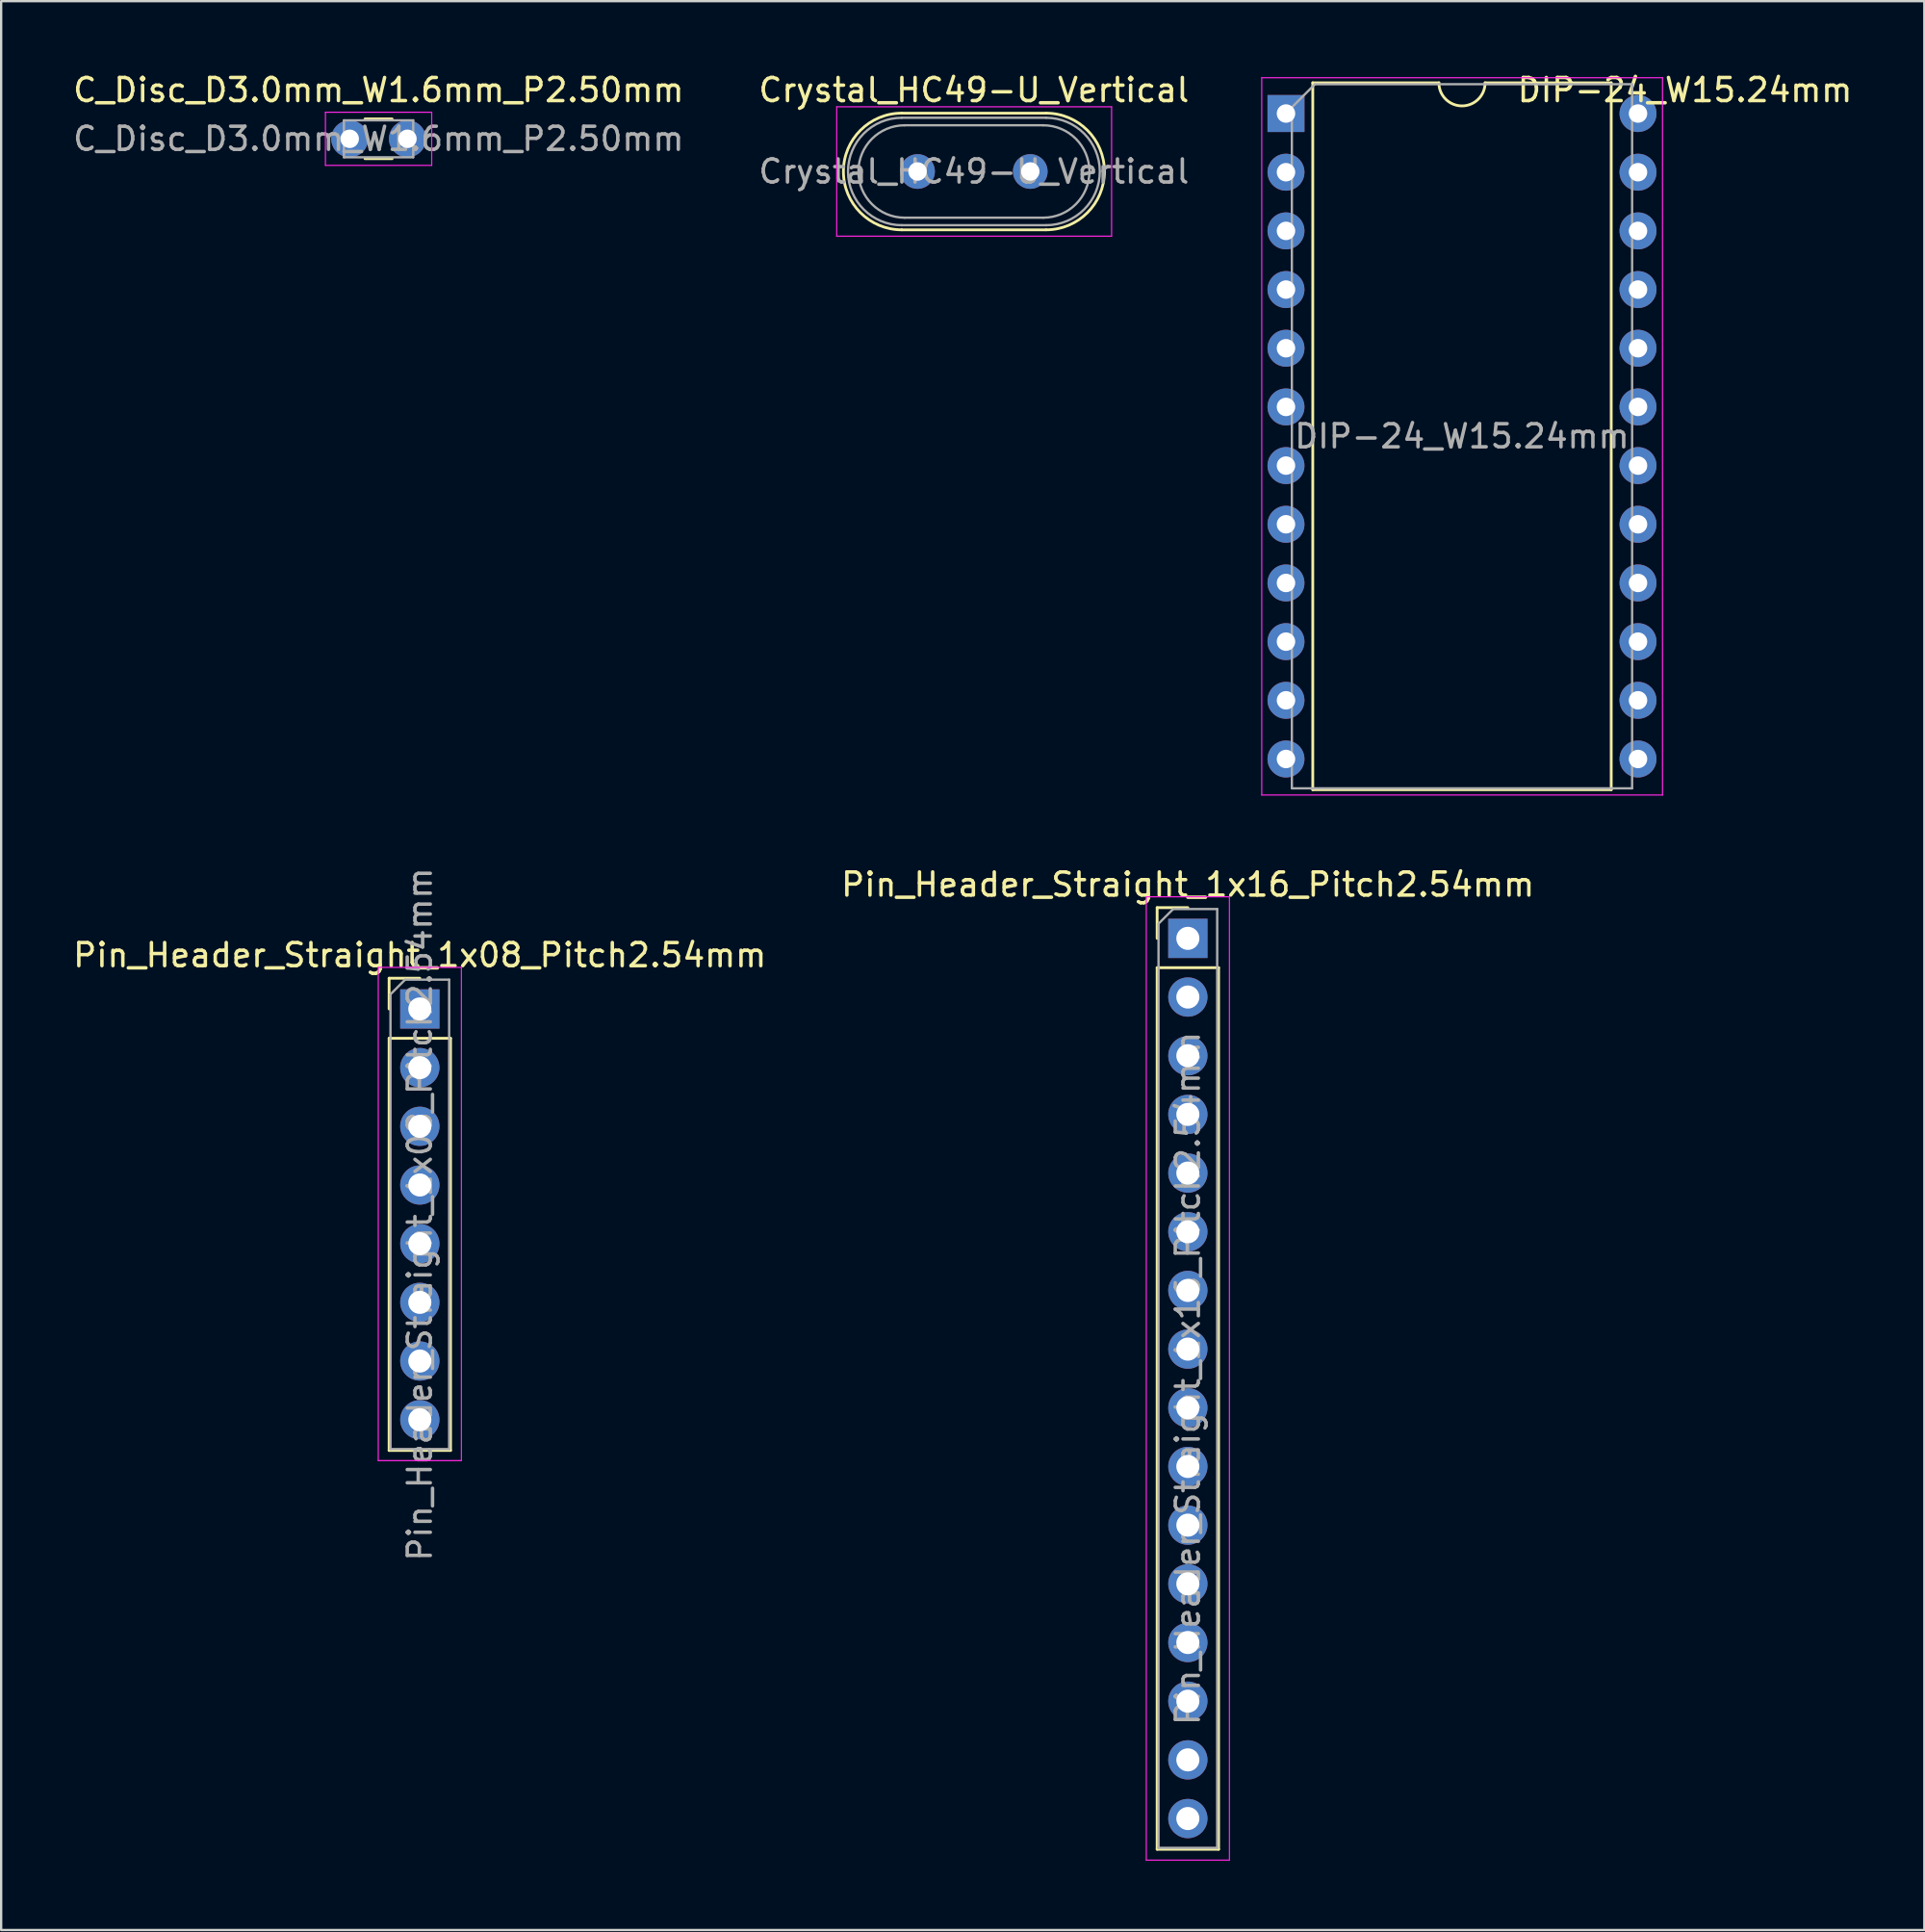
<source format=kicad_pcb>
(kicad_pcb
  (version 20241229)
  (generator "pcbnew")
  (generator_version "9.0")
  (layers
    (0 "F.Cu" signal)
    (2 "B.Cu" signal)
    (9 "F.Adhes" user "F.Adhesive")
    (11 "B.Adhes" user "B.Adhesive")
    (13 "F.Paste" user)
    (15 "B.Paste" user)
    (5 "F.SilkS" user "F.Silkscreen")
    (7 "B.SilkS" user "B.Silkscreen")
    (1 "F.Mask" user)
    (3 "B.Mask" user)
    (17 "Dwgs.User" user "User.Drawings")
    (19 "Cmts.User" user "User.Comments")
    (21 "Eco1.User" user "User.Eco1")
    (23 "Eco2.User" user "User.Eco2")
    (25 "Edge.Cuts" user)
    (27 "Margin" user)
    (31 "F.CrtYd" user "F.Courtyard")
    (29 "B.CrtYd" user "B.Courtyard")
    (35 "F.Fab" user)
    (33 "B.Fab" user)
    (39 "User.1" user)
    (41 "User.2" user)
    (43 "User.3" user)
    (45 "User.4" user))
  (footprint "Crystal_HC49-U_Vertical"
    (layer "F.Cu")
    (at 36.673 4.373)
    (property "Reference" "Crystal_HC49-U_Vertical" (at 2.44 -3.525 0) (layer "F.SilkS") (effects (font (size 1 1) (thickness 0.15))))
    (attr through_hole)
    (fp_line (start -0.685 -2.525) (end 5.565 -2.525) (stroke (width 0.12) (type solid)) (layer "F.SilkS"))
    (fp_line (start -0.685 2.525) (end 5.565 2.525) (stroke (width 0.12) (type solid)) (layer "F.SilkS"))
    (fp_arc (start -0.685 2.525) (mid -3.21 0) (end -0.685 -2.525) (stroke (width 0.12) (type solid)) (layer "F.SilkS"))
    (fp_arc (start 5.565 -2.525) (mid 8.09 0) (end 5.565 2.525) (stroke (width 0.12) (type solid)) (layer "F.SilkS"))
    (fp_line (start -3.5 -2.8) (end -3.5 2.8) (stroke (width 0.05) (type solid)) (layer "F.CrtYd"))
    (fp_line (start -3.5 2.8) (end 8.4 2.8) (stroke (width 0.05) (type solid)) (layer "F.CrtYd"))
    (fp_line (start 8.4 -2.8) (end -3.5 -2.8) (stroke (width 0.05) (type solid)) (layer "F.CrtYd"))
    (fp_line (start 8.4 2.8) (end 8.4 -2.8) (stroke (width 0.05) (type solid)) (layer "F.CrtYd"))
    (fp_line (start -0.685 -2.325) (end 5.565 -2.325) (stroke (width 0.1) (type solid)) (layer "F.Fab"))
    (fp_line (start -0.685 2.325) (end 5.565 2.325) (stroke (width 0.1) (type solid)) (layer "F.Fab"))
    (fp_line (start -0.56 -2) (end 5.44 -2) (stroke (width 0.1) (type solid)) (layer "F.Fab"))
    (fp_line (start -0.56 2) (end 5.44 2) (stroke (width 0.1) (type solid)) (layer "F.Fab"))
    (fp_arc (start -0.685 2.325) (mid -3.01 0) (end -0.685 -2.325) (stroke (width 0.1) (type solid)) (layer "F.Fab"))
    (fp_arc (start -0.56 2) (mid -2.56 0) (end -0.56 -2) (stroke (width 0.1) (type solid)) (layer "F.Fab"))
    (fp_arc (start 5.44 -2) (mid 7.44 0) (end 5.44 2) (stroke (width 0.1) (type solid)) (layer "F.Fab"))
    (fp_arc (start 5.565 -2.325) (mid 7.89 0) (end 5.565 2.325) (stroke (width 0.1) (type solid)) (layer "F.Fab"))
    (fp_text user "${REFERENCE}" (at 2.44 0 0) (layer "F.Fab") (effects (font (size 1 1) (thickness 0.15))))
    (pad "1" thru_hole circle (at 0 0) (size 1.5 1.5) (drill 0.8) (layers "*.Cu" "*.Mask"))
    (pad "2" thru_hole circle (at 4.88 0) (size 1.5 1.5) (drill 0.8) (layers "*.Cu" "*.Mask")))
  (footprint "Pin_Header_Straight_1x08_Pitch2.54mm"
    (layer "F.Cu")
    (at 15.125 40.624)
    (property "Reference" "Pin_Header_Straight_1x08_Pitch2.54mm" (at 0 -2.33 0) (layer "F.SilkS") (effects (font (size 1 1) (thickness 0.15))))
    (attr through_hole)
    (fp_line (start -1.33 -1.33) (end 0 -1.33) (stroke (width 0.12) (type solid)) (layer "F.SilkS"))
    (fp_line (start -1.33 0) (end -1.33 -1.33) (stroke (width 0.12) (type solid)) (layer "F.SilkS"))
    (fp_line (start -1.33 1.27) (end -1.33 19.11) (stroke (width 0.12) (type solid)) (layer "F.SilkS"))
    (fp_line (start -1.33 1.27) (end 1.33 1.27) (stroke (width 0.12) (type solid)) (layer "F.SilkS"))
    (fp_line (start -1.33 19.11) (end 1.33 19.11) (stroke (width 0.12) (type solid)) (layer "F.SilkS"))
    (fp_line (start 1.33 1.27) (end 1.33 19.11) (stroke (width 0.12) (type solid)) (layer "F.SilkS"))
    (fp_line (start -1.8 -1.8) (end -1.8 19.55) (stroke (width 0.05) (type solid)) (layer "F.CrtYd"))
    (fp_line (start -1.8 19.55) (end 1.8 19.55) (stroke (width 0.05) (type solid)) (layer "F.CrtYd"))
    (fp_line (start 1.8 -1.8) (end -1.8 -1.8) (stroke (width 0.05) (type solid)) (layer "F.CrtYd"))
    (fp_line (start 1.8 19.55) (end 1.8 -1.8) (stroke (width 0.05) (type solid)) (layer "F.CrtYd"))
    (fp_line (start -1.27 -0.635) (end -0.635 -1.27) (stroke (width 0.1) (type solid)) (layer "F.Fab"))
    (fp_line (start -1.27 19.05) (end -1.27 -0.635) (stroke (width 0.1) (type solid)) (layer "F.Fab"))
    (fp_line (start -0.635 -1.27) (end 1.27 -1.27) (stroke (width 0.1) (type solid)) (layer "F.Fab"))
    (fp_line (start 1.27 -1.27) (end 1.27 19.05) (stroke (width 0.1) (type solid)) (layer "F.Fab"))
    (fp_line (start 1.27 19.05) (end -1.27 19.05) (stroke (width 0.1) (type solid)) (layer "F.Fab"))
    (fp_text user "${REFERENCE}" (at 0 8.89 90) (layer "F.Fab") (effects (font (size 1 1) (thickness 0.15))))
    (pad "1" thru_hole rect (at 0 0) (size 1.7 1.7) (drill 1) (layers "*.Cu" "*.Mask"))
    (pad "2" thru_hole oval (at 0 2.54) (size 1.7 1.7) (drill 1) (layers "*.Cu" "*.Mask"))
    (pad "3" thru_hole oval (at 0 5.08) (size 1.7 1.7) (drill 1) (layers "*.Cu" "*.Mask"))
    (pad "4" thru_hole oval (at 0 7.62) (size 1.7 1.7) (drill 1) (layers "*.Cu" "*.Mask"))
    (pad "5" thru_hole oval (at 0 10.16) (size 1.7 1.7) (drill 1) (layers "*.Cu" "*.Mask"))
    (pad "6" thru_hole oval (at 0 12.7) (size 1.7 1.7) (drill 1) (layers "*.Cu" "*.Mask"))
    (pad "7" thru_hole oval (at 0 15.24) (size 1.7 1.7) (drill 1) (layers "*.Cu" "*.Mask"))
    (pad "8" thru_hole oval (at 0 17.78) (size 1.7 1.7) (drill 1) (layers "*.Cu" "*.Mask")))
  (footprint "Pin_Header_Straight_1x16_Pitch2.54mm"
    (layer "F.Cu")
    (at 48.375 37.568)
    (property "Reference" "Pin_Header_Straight_1x16_Pitch2.54mm" (at 0 -2.33 0) (layer "F.SilkS") (effects (font (size 1 1) (thickness 0.15))))
    (attr through_hole)
    (fp_line (start -1.33 -1.33) (end 0 -1.33) (stroke (width 0.12) (type solid)) (layer "F.SilkS"))
    (fp_line (start -1.33 0) (end -1.33 -1.33) (stroke (width 0.12) (type solid)) (layer "F.SilkS"))
    (fp_line (start -1.33 1.27) (end -1.33 39.43) (stroke (width 0.12) (type solid)) (layer "F.SilkS"))
    (fp_line (start -1.33 1.27) (end 1.33 1.27) (stroke (width 0.12) (type solid)) (layer "F.SilkS"))
    (fp_line (start -1.33 39.43) (end 1.33 39.43) (stroke (width 0.12) (type solid)) (layer "F.SilkS"))
    (fp_line (start 1.33 1.27) (end 1.33 39.43) (stroke (width 0.12) (type solid)) (layer "F.SilkS"))
    (fp_line (start -1.8 -1.8) (end -1.8 39.9) (stroke (width 0.05) (type solid)) (layer "F.CrtYd"))
    (fp_line (start -1.8 39.9) (end 1.8 39.9) (stroke (width 0.05) (type solid)) (layer "F.CrtYd"))
    (fp_line (start 1.8 -1.8) (end -1.8 -1.8) (stroke (width 0.05) (type solid)) (layer "F.CrtYd"))
    (fp_line (start 1.8 39.9) (end 1.8 -1.8) (stroke (width 0.05) (type solid)) (layer "F.CrtYd"))
    (fp_line (start -1.27 -0.635) (end -0.635 -1.27) (stroke (width 0.1) (type solid)) (layer "F.Fab"))
    (fp_line (start -1.27 39.37) (end -1.27 -0.635) (stroke (width 0.1) (type solid)) (layer "F.Fab"))
    (fp_line (start -0.635 -1.27) (end 1.27 -1.27) (stroke (width 0.1) (type solid)) (layer "F.Fab"))
    (fp_line (start 1.27 -1.27) (end 1.27 39.37) (stroke (width 0.1) (type solid)) (layer "F.Fab"))
    (fp_line (start 1.27 39.37) (end -1.27 39.37) (stroke (width 0.1) (type solid)) (layer "F.Fab"))
    (fp_text user "${REFERENCE}" (at 0 19.05 90) (layer "F.Fab") (effects (font (size 1 1) (thickness 0.15))))
    (pad "1" thru_hole rect (at 0 0) (size 1.7 1.7) (drill 1) (layers "*.Cu" "*.Mask"))
    (pad "2" thru_hole oval (at 0 2.54) (size 1.7 1.7) (drill 1) (layers "*.Cu" "*.Mask"))
    (pad "3" thru_hole oval (at 0 5.08) (size 1.7 1.7) (drill 1) (layers "*.Cu" "*.Mask"))
    (pad "4" thru_hole oval (at 0 7.62) (size 1.7 1.7) (drill 1) (layers "*.Cu" "*.Mask"))
    (pad "5" thru_hole oval (at 0 10.16) (size 1.7 1.7) (drill 1) (layers "*.Cu" "*.Mask"))
    (pad "6" thru_hole oval (at 0 12.7) (size 1.7 1.7) (drill 1) (layers "*.Cu" "*.Mask"))
    (pad "7" thru_hole oval (at 0 15.24) (size 1.7 1.7) (drill 1) (layers "*.Cu" "*.Mask"))
    (pad "8" thru_hole oval (at 0 17.78) (size 1.7 1.7) (drill 1) (layers "*.Cu" "*.Mask"))
    (pad "9" thru_hole oval (at 0 20.32) (size 1.7 1.7) (drill 1) (layers "*.Cu" "*.Mask"))
    (pad "10" thru_hole oval (at 0 22.86) (size 1.7 1.7) (drill 1) (layers "*.Cu" "*.Mask"))
    (pad "11" thru_hole oval (at 0 25.4) (size 1.7 1.7) (drill 1) (layers "*.Cu" "*.Mask"))
    (pad "12" thru_hole oval (at 0 27.94) (size 1.7 1.7) (drill 1) (layers "*.Cu" "*.Mask"))
    (pad "13" thru_hole oval (at 0 30.48) (size 1.7 1.7) (drill 1) (layers "*.Cu" "*.Mask"))
    (pad "14" thru_hole oval (at 0 33.02) (size 1.7 1.7) (drill 1) (layers "*.Cu" "*.Mask"))
    (pad "15" thru_hole oval (at 0 35.56) (size 1.7 1.7) (drill 1) (layers "*.Cu" "*.Mask"))
    (pad "16" thru_hole oval (at 0 38.1) (size 1.7 1.7) (drill 1) (layers "*.Cu" "*.Mask")))
  (footprint "DIP-24_W15.24mm"
    (layer "F.Cu")
    (at 52.623 1.864)
    (property "Reference" "DIP-24_W15.24mm" (at 17.272 -1.016 0) (layer "F.SilkS") (effects (font (size 1 1) (thickness 0.15))))
    (attr through_hole)
    (fp_line (start 1.16 -1.33) (end 1.16 29.27) (stroke (width 0.12) (type solid)) (layer "F.SilkS"))
    (fp_line (start 1.16 29.27) (end 14.08 29.27) (stroke (width 0.12) (type solid)) (layer "F.SilkS"))
    (fp_line (start 6.62 -1.33) (end 1.16 -1.33) (stroke (width 0.12) (type solid)) (layer "F.SilkS"))
    (fp_line (start 14.08 -1.33) (end 8.62 -1.33) (stroke (width 0.12) (type solid)) (layer "F.SilkS"))
    (fp_line (start 14.08 29.27) (end 14.08 -1.33) (stroke (width 0.12) (type solid)) (layer "F.SilkS"))
    (fp_arc (start 8.62 -1.33) (mid 7.62 -0.33) (end 6.62 -1.33) (stroke (width 0.12) (type solid)) (layer "F.SilkS"))
    (fp_line (start -1.05 -1.55) (end -1.05 29.5) (stroke (width 0.05) (type solid)) (layer "F.CrtYd"))
    (fp_line (start -1.05 29.5) (end 16.3 29.5) (stroke (width 0.05) (type solid)) (layer "F.CrtYd"))
    (fp_line (start 16.3 -1.55) (end -1.05 -1.55) (stroke (width 0.05) (type solid)) (layer "F.CrtYd"))
    (fp_line (start 16.3 29.5) (end 16.3 -1.55) (stroke (width 0.05) (type solid)) (layer "F.CrtYd"))
    (fp_line (start 0.255 -0.27) (end 1.255 -1.27) (stroke (width 0.1) (type solid)) (layer "F.Fab"))
    (fp_line (start 0.255 29.21) (end 0.255 -0.27) (stroke (width 0.1) (type solid)) (layer "F.Fab"))
    (fp_line (start 1.255 -1.27) (end 14.985 -1.27) (stroke (width 0.1) (type solid)) (layer "F.Fab"))
    (fp_line (start 14.985 -1.27) (end 14.985 29.21) (stroke (width 0.1) (type solid)) (layer "F.Fab"))
    (fp_line (start 14.985 29.21) (end 0.255 29.21) (stroke (width 0.1) (type solid)) (layer "F.Fab"))
    (fp_text user "${REFERENCE}" (at 7.62 13.97 0) (layer "F.Fab") (effects (font (size 1 1) (thickness 0.15))))
    (pad "1" thru_hole rect (at 0 0) (size 1.6 1.6) (drill 0.8) (layers "*.Cu" "*.Mask"))
    (pad "2" thru_hole oval (at 0 2.54) (size 1.6 1.6) (drill 0.8) (layers "*.Cu" "*.Mask"))
    (pad "3" thru_hole oval (at 0 5.08) (size 1.6 1.6) (drill 0.8) (layers "*.Cu" "*.Mask"))
    (pad "4" thru_hole oval (at 0 7.62) (size 1.6 1.6) (drill 0.8) (layers "*.Cu" "*.Mask"))
    (pad "5" thru_hole oval (at 0 10.16) (size 1.6 1.6) (drill 0.8) (layers "*.Cu" "*.Mask"))
    (pad "6" thru_hole oval (at 0 12.7) (size 1.6 1.6) (drill 0.8) (layers "*.Cu" "*.Mask"))
    (pad "7" thru_hole oval (at 0 15.24) (size 1.6 1.6) (drill 0.8) (layers "*.Cu" "*.Mask"))
    (pad "8" thru_hole oval (at 0 17.78) (size 1.6 1.6) (drill 0.8) (layers "*.Cu" "*.Mask"))
    (pad "9" thru_hole oval (at 0 20.32) (size 1.6 1.6) (drill 0.8) (layers "*.Cu" "*.Mask"))
    (pad "10" thru_hole oval (at 0 22.86) (size 1.6 1.6) (drill 0.8) (layers "*.Cu" "*.Mask"))
    (pad "11" thru_hole oval (at 0 25.4) (size 1.6 1.6) (drill 0.8) (layers "*.Cu" "*.Mask"))
    (pad "12" thru_hole oval (at 0 27.94) (size 1.6 1.6) (drill 0.8) (layers "*.Cu" "*.Mask"))
    (pad "13" thru_hole oval (at 15.24 27.94) (size 1.6 1.6) (drill 0.8) (layers "*.Cu" "*.Mask"))
    (pad "14" thru_hole oval (at 15.24 25.4) (size 1.6 1.6) (drill 0.8) (layers "*.Cu" "*.Mask"))
    (pad "15" thru_hole oval (at 15.24 22.86) (size 1.6 1.6) (drill 0.8) (layers "*.Cu" "*.Mask"))
    (pad "16" thru_hole oval (at 15.24 20.32) (size 1.6 1.6) (drill 0.8) (layers "*.Cu" "*.Mask"))
    (pad "17" thru_hole oval (at 15.24 17.78) (size 1.6 1.6) (drill 0.8) (layers "*.Cu" "*.Mask"))
    (pad "18" thru_hole oval (at 15.24 15.24) (size 1.6 1.6) (drill 0.8) (layers "*.Cu" "*.Mask"))
    (pad "19" thru_hole oval (at 15.24 12.7) (size 1.6 1.6) (drill 0.8) (layers "*.Cu" "*.Mask"))
    (pad "20" thru_hole oval (at 15.24 10.16) (size 1.6 1.6) (drill 0.8) (layers "*.Cu" "*.Mask"))
    (pad "21" thru_hole oval (at 15.24 7.62) (size 1.6 1.6) (drill 0.8) (layers "*.Cu" "*.Mask"))
    (pad "22" thru_hole oval (at 15.24 5.08) (size 1.6 1.6) (drill 0.8) (layers "*.Cu" "*.Mask"))
    (pad "23" thru_hole oval (at 15.24 2.54) (size 1.6 1.6) (drill 0.8) (layers "*.Cu" "*.Mask"))
    (pad "24" thru_hole oval (at 15.24 0) (size 1.6 1.6) (drill 0.8) (layers "*.Cu" "*.Mask")))
  (footprint "C_Disc_D3.0mm_W1.6mm_P2.50mm"
    (layer "F.Cu")
    (at 12.089 2.958)
    (property "Reference" "C_Disc_D3.0mm_W1.6mm_P2.50mm" (at 1.25 -2.11 0) (layer "F.SilkS") (effects (font (size 1 1) (thickness 0.15))))
    (attr through_hole)
    (fp_line (start 0.663 -0.861) (end 1.837 -0.861) (stroke (width 0.12) (type solid)) (layer "F.SilkS"))
    (fp_line (start 0.663 0.861) (end 1.837 0.861) (stroke (width 0.12) (type solid)) (layer "F.SilkS"))
    (fp_line (start -1.05 -1.15) (end -1.05 1.15) (stroke (width 0.05) (type solid)) (layer "F.CrtYd"))
    (fp_line (start -1.05 1.15) (end 3.55 1.15) (stroke (width 0.05) (type solid)) (layer "F.CrtYd"))
    (fp_line (start 3.55 -1.15) (end -1.05 -1.15) (stroke (width 0.05) (type solid)) (layer "F.CrtYd"))
    (fp_line (start 3.55 1.15) (end 3.55 -1.15) (stroke (width 0.05) (type solid)) (layer "F.CrtYd"))
    (fp_line (start -0.25 -0.8) (end -0.25 0.8) (stroke (width 0.1) (type solid)) (layer "F.Fab"))
    (fp_line (start -0.25 0.8) (end 2.75 0.8) (stroke (width 0.1) (type solid)) (layer "F.Fab"))
    (fp_line (start 2.75 -0.8) (end -0.25 -0.8) (stroke (width 0.1) (type solid)) (layer "F.Fab"))
    (fp_line (start 2.75 0.8) (end 2.75 -0.8) (stroke (width 0.1) (type solid)) (layer "F.Fab"))
    (fp_text user "${REFERENCE}" (at 1.25 0 0) (layer "F.Fab") (effects (font (size 1 1) (thickness 0.15))))
    (pad "1" thru_hole circle (at 0 0) (size 1.6 1.6) (drill 0.8) (layers "*.Cu" "*.Mask"))
    (pad "2" thru_hole circle (at 2.5 0) (size 1.6 1.6) (drill 0.8) (layers "*.Cu" "*.Mask")))
  (gr_rect
    (start -3 -3)
    (end 80.258 80.493)
    (stroke (width 0.1) (type default))
    (fill no)
    (layer "Edge.Cuts")))
</source>
